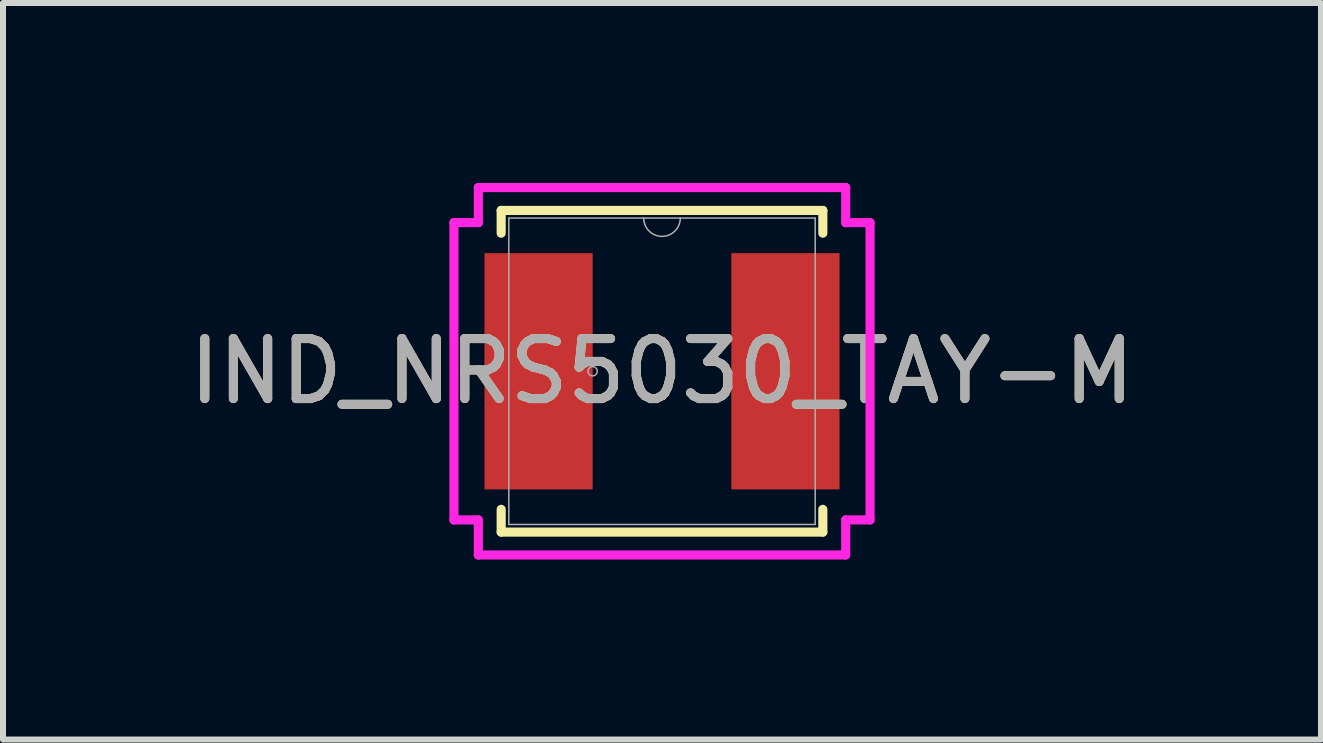
<source format=kicad_pcb>
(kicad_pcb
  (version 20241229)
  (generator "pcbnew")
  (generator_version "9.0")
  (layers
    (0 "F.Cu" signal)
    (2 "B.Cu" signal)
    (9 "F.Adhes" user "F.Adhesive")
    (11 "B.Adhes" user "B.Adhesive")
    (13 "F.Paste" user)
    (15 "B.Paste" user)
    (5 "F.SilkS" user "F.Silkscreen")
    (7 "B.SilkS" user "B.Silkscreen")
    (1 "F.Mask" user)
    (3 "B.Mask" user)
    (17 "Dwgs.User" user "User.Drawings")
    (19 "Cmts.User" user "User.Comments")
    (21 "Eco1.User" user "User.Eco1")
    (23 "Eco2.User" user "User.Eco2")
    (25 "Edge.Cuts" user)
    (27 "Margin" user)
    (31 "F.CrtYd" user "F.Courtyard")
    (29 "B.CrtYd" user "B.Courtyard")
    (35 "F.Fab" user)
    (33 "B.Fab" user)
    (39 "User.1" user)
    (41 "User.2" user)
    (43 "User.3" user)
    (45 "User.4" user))
  (footprint "IND_NRS5030_TAY-M"
    (layer "F.Cu")
    (at 7.982 3.137)
    (property "Reference" "IND_NRS5030_TAY-M" (at 0 0 0) (unlocked yes) (layer "F.SilkS") (effects (font (size 1 1) (thickness 0.15))))
    (attr smd)
    (fp_line (start -2.68 -2.68) (end -2.68 -2.301) (stroke (width 0.152) (type solid)) (layer "F.SilkS"))
    (fp_line (start -2.68 2.301) (end -2.68 2.68) (stroke (width 0.152) (type solid)) (layer "F.SilkS"))
    (fp_line (start -2.68 2.68) (end 2.68 2.68) (stroke (width 0.152) (type solid)) (layer "F.SilkS"))
    (fp_line (start 2.68 -2.68) (end -2.68 -2.68) (stroke (width 0.152) (type solid)) (layer "F.SilkS"))
    (fp_line (start 2.68 -2.301) (end 2.68 -2.68) (stroke (width 0.152) (type solid)) (layer "F.SilkS"))
    (fp_line (start 2.68 2.68) (end 2.68 2.301) (stroke (width 0.152) (type solid)) (layer "F.SilkS"))
    (fp_line (start -3.467 -2.477) (end -3.061 -2.477) (stroke (width 0.152) (type solid)) (layer "F.CrtYd"))
    (fp_line (start -3.467 2.477) (end -3.467 -2.477) (stroke (width 0.152) (type solid)) (layer "F.CrtYd"))
    (fp_line (start -3.467 2.477) (end -3.061 2.477) (stroke (width 0.152) (type solid)) (layer "F.CrtYd"))
    (fp_line (start -3.061 -3.061) (end 3.061 -3.061) (stroke (width 0.152) (type solid)) (layer "F.CrtYd"))
    (fp_line (start -3.061 -2.477) (end -3.061 -3.061) (stroke (width 0.152) (type solid)) (layer "F.CrtYd"))
    (fp_line (start -3.061 3.061) (end -3.061 2.477) (stroke (width 0.152) (type solid)) (layer "F.CrtYd"))
    (fp_line (start 3.061 -3.061) (end 3.061 -2.477) (stroke (width 0.152) (type solid)) (layer "F.CrtYd"))
    (fp_line (start 3.061 2.477) (end 3.061 3.061) (stroke (width 0.152) (type solid)) (layer "F.CrtYd"))
    (fp_line (start 3.061 3.061) (end -3.061 3.061) (stroke (width 0.152) (type solid)) (layer "F.CrtYd"))
    (fp_line (start 3.467 -2.477) (end 3.061 -2.477) (stroke (width 0.152) (type solid)) (layer "F.CrtYd"))
    (fp_line (start 3.467 -2.477) (end 3.467 2.477) (stroke (width 0.152) (type solid)) (layer "F.CrtYd"))
    (fp_line (start 3.467 2.477) (end 3.061 2.477) (stroke (width 0.152) (type solid)) (layer "F.CrtYd"))
    (fp_line (start -2.553 -2.553) (end -2.553 2.553) (stroke (width 0.025) (type solid)) (layer "F.Fab"))
    (fp_line (start -2.553 2.553) (end 2.553 2.553) (stroke (width 0.025) (type solid)) (layer "F.Fab"))
    (fp_line (start 2.553 -2.553) (end -2.553 -2.553) (stroke (width 0.025) (type solid)) (layer "F.Fab"))
    (fp_line (start 2.553 2.553) (end 2.553 -2.553) (stroke (width 0.025) (type solid)) (layer "F.Fab"))
    (fp_arc (start 0.3048 -2.5527) (mid 0 -2.2479) (end -0.3048 -2.5527) (stroke (width 0.0254) (type solid)) (layer "F.Fab"))
    (fp_circle (center -1.156 0) (end -1.079 0) (stroke (width 0.025) (type solid)) (fill no) (layer "F.Fab"))
    (fp_text user "${REFERENCE}" (at 0 0 0) (unlocked yes) (layer "F.Fab") (effects (font (size 1 1) (thickness 0.15))))
    (pad "1" smd rect (at -2.057 0) (size 1.803 3.937) (layers "F.Cu" "F.Mask" "F.Paste"))
    (pad "2" smd rect (at 2.057 0) (size 1.803 3.937) (layers "F.Cu" "F.Mask" "F.Paste")))
  (gr_rect
    (start -3 -3)
    (end 18.964 9.274)
    (stroke (width 0.1) (type default))
    (fill no)
    (layer "Edge.Cuts")))
</source>
